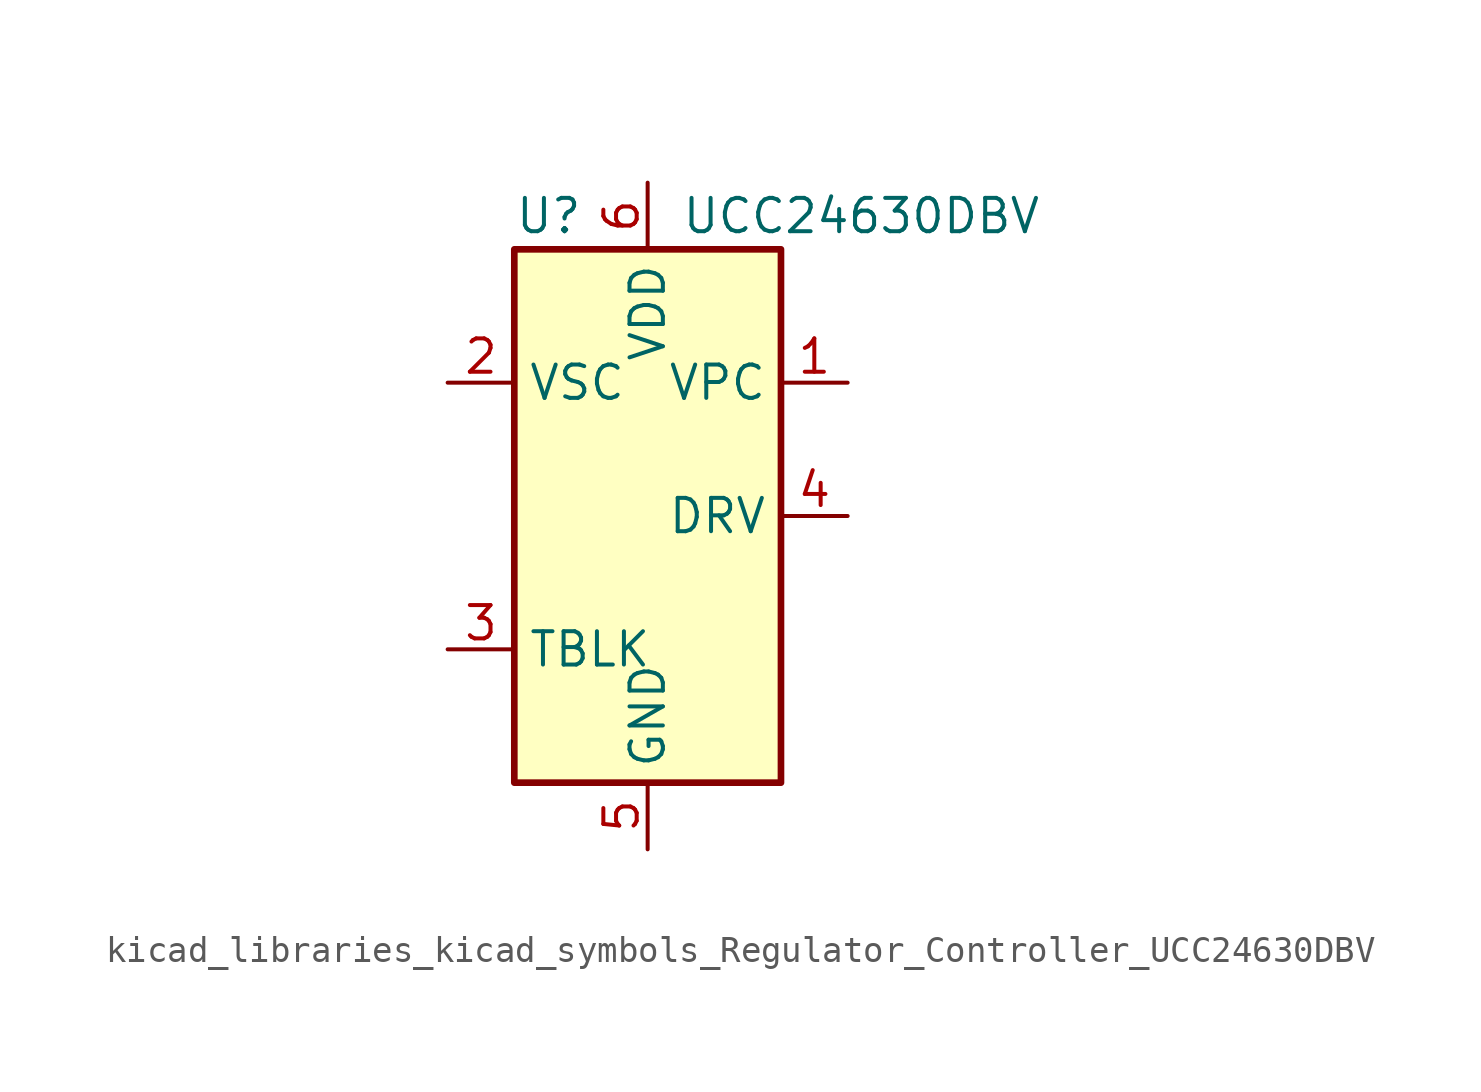
<source format=kicad_sym>
(kicad_symbol_lib
  (version 20220914)
  (generator kicad_symbol_editor)
  (symbol "kicad_libraries_kicad_symbols_Regulator_Controller_UCC24630DBV"
    (property "Reference" "U"
      (at -5.08 11.43 0)
      (effects (font (size 1.27 1.27)) (justify left)))
    (property "Value" "UCC24630DBV"
      (at 1.27 11.43 0)
      (effects (font (size 1.27 1.27)) (justify left)))
    (symbol "kicad_libraries_kicad_symbols_Regulator_Controller_UCC24630DBV_0_1"
      (rectangle (start -5.08 -10.16) (end 5.08 10.16) (stroke (width 0.254) (type default)) (fill (type background))))
    (symbol "kicad_libraries_kicad_symbols_Regulator_Controller_UCC24630DBV_1_1"
      (pin input line (at 7.62 5.08 180) (length 2.54) (name "VPC" (effects (font (size 1.27 1.27)))) (number "1" (effects (font (size 1.27 1.27)))))
      (pin input line (at -7.62 5.08 0) (length 2.54) (name "VSC" (effects (font (size 1.27 1.27)))) (number "2" (effects (font (size 1.27 1.27)))))
      (pin passive line (at -7.62 -5.08 0) (length 2.54) (name "TBLK" (effects (font (size 1.27 1.27)))) (number "3" (effects (font (size 1.27 1.27)))))
      (pin output line (at 7.62 0 180) (length 2.54) (name "DRV" (effects (font (size 1.27 1.27)))) (number "4" (effects (font (size 1.27 1.27)))))
      (pin power_in line (at 0 -12.7 90) (length 2.54) (name "GND" (effects (font (size 1.27 1.27)))) (number "5" (effects (font (size 1.27 1.27)))))
      (pin power_in line (at 0 12.7 270) (length 2.54) (name "VDD" (effects (font (size 1.27 1.27)))) (number "6" (effects (font (size 1.27 1.27))))))))
</source>
